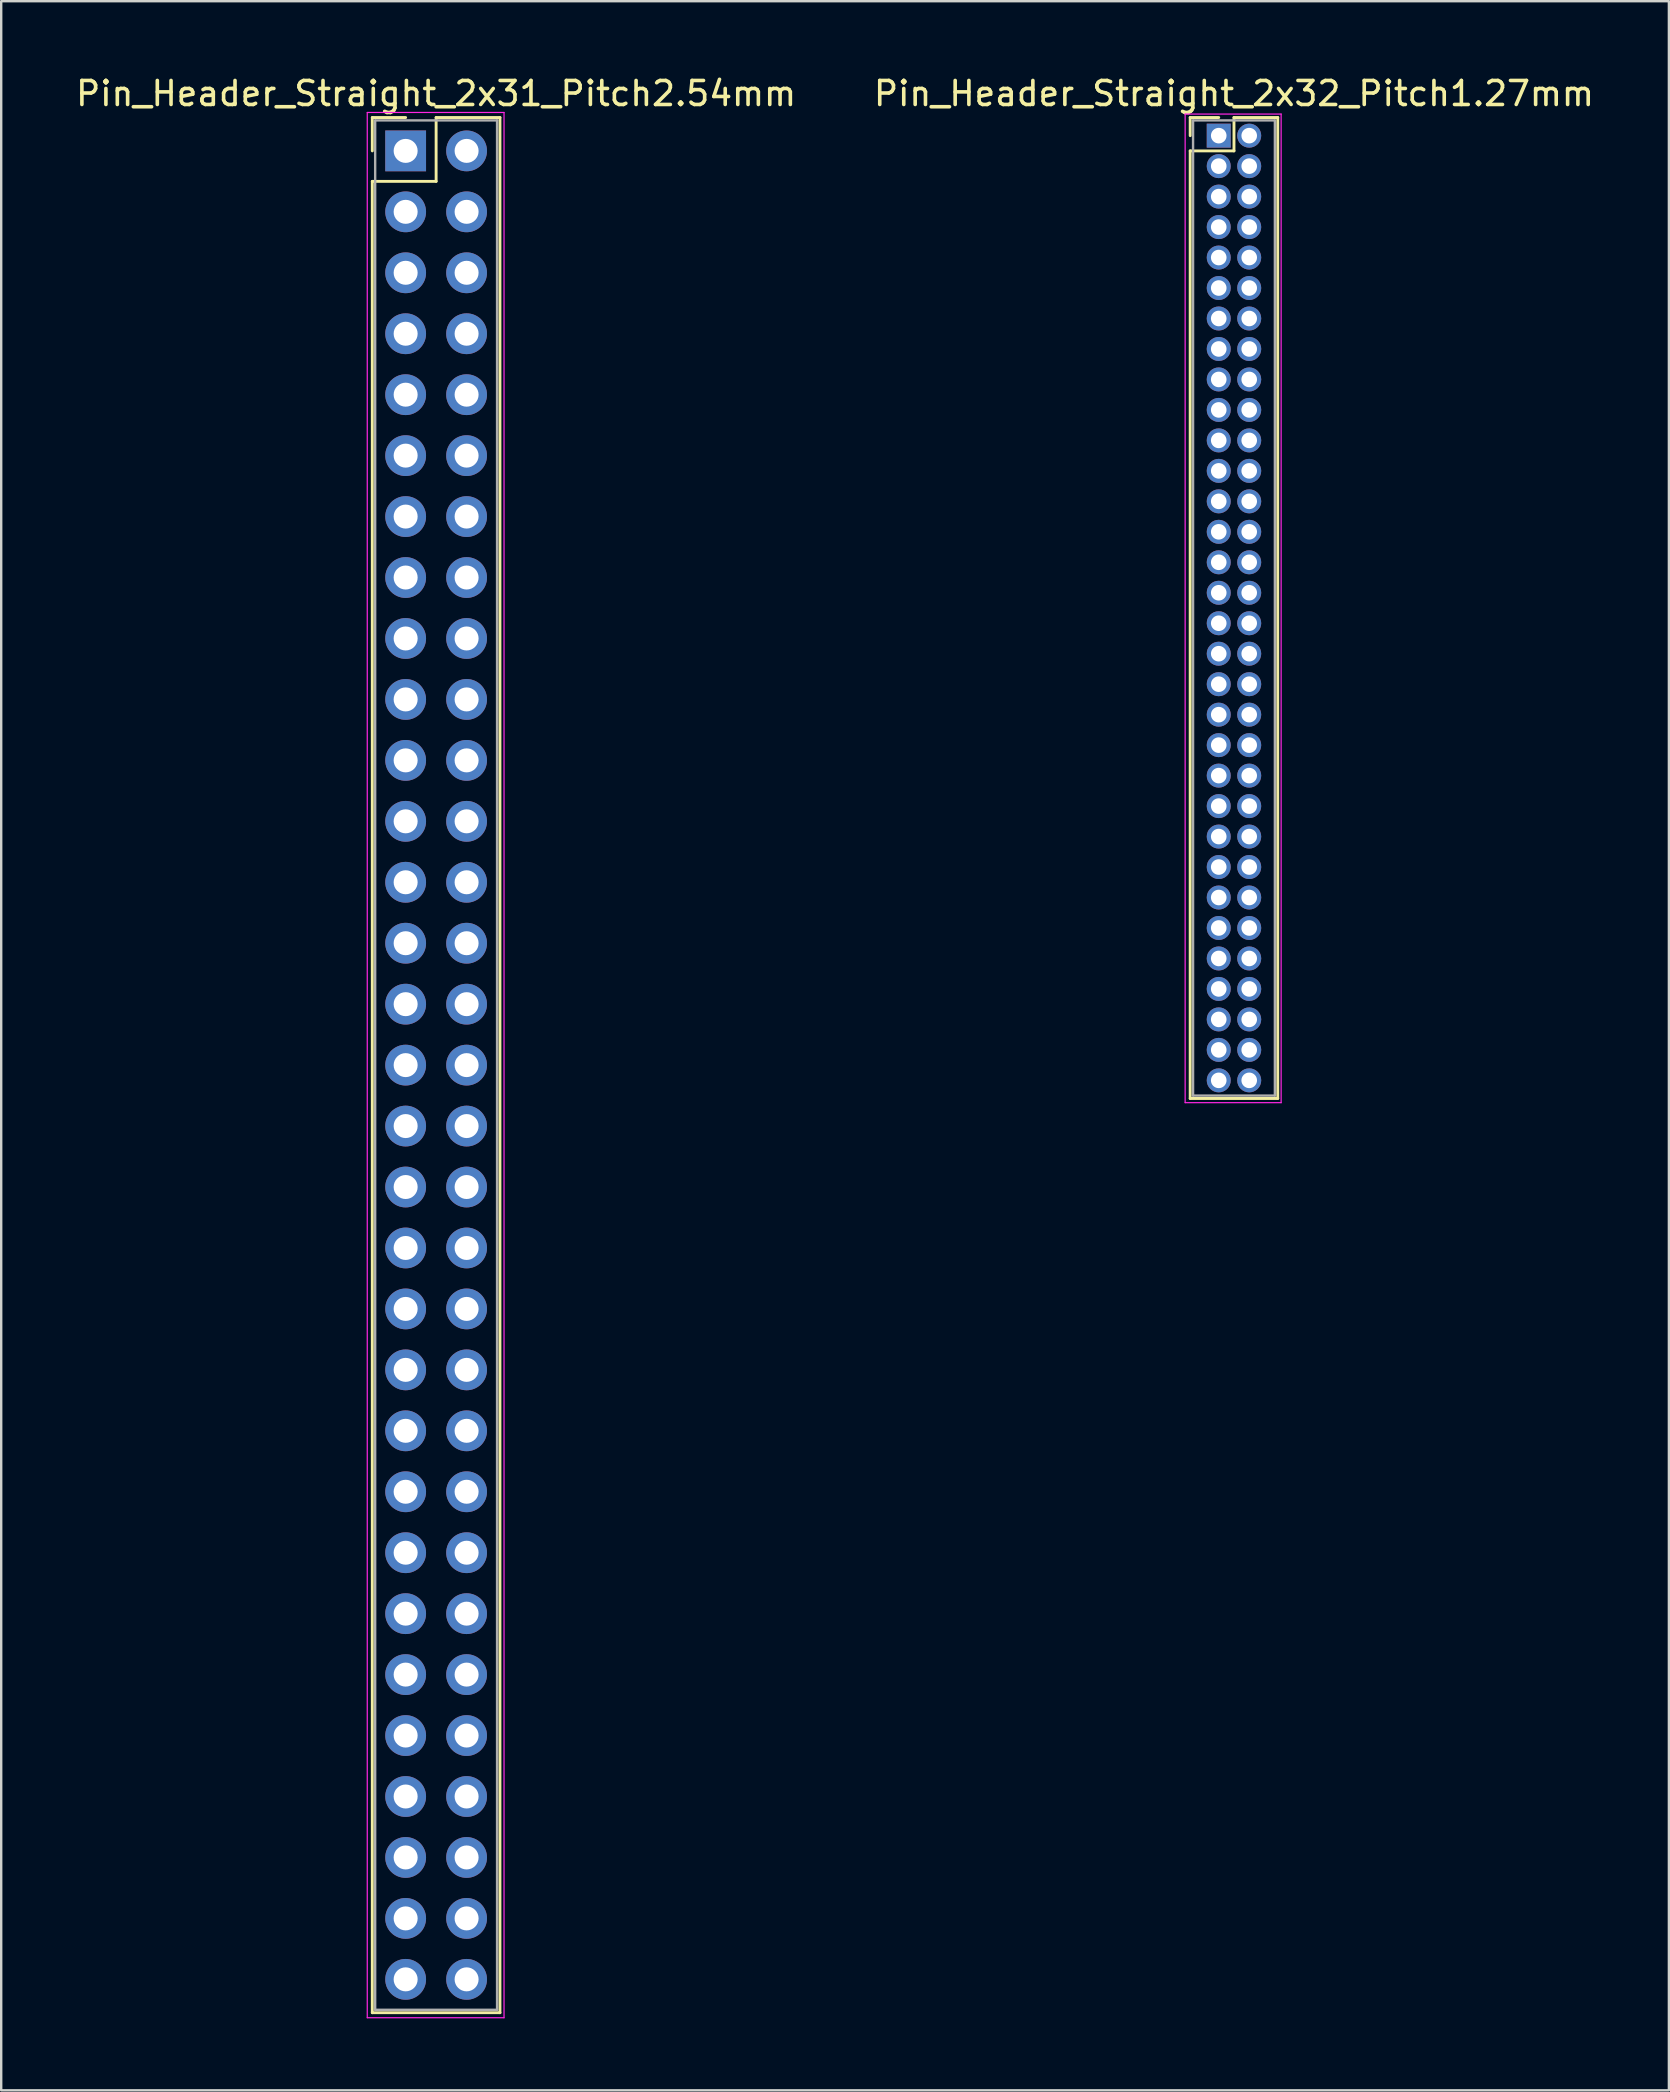
<source format=kicad_pcb>
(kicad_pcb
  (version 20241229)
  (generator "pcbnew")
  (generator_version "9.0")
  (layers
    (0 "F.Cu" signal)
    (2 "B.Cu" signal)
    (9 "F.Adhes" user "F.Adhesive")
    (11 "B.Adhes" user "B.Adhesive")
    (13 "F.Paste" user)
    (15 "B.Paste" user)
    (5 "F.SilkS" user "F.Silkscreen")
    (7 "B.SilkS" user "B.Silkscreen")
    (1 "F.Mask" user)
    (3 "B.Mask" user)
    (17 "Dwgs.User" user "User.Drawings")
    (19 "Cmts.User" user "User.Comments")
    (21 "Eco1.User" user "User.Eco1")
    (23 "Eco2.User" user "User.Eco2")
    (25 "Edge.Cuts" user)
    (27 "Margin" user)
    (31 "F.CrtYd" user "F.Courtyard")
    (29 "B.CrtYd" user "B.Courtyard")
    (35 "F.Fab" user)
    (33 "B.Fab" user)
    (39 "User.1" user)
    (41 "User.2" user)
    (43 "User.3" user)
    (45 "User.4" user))
  (footprint "Pin_Header_Straight_2x31_Pitch2.54mm"
    (layer "F.Cu")
    (at 13.855 3.238)
    (property "Reference" "Pin_Header_Straight_2x31_Pitch2.54mm" (at 1.27 -2.39 0) (layer "F.SilkS") (effects (font (size 1 1) (thickness 0.15))))
    (attr through_hole)
    (fp_line (start -1.39 -1.39) (end 0 -1.39) (stroke (width 0.12) (type solid)) (layer "F.SilkS"))
    (fp_line (start -1.39 0) (end -1.39 -1.39) (stroke (width 0.12) (type solid)) (layer "F.SilkS"))
    (fp_line (start -1.39 1.27) (end -1.39 77.59) (stroke (width 0.12) (type solid)) (layer "F.SilkS"))
    (fp_line (start -1.39 77.59) (end 3.93 77.59) (stroke (width 0.12) (type solid)) (layer "F.SilkS"))
    (fp_line (start 1.27 -1.39) (end 1.27 1.27) (stroke (width 0.12) (type solid)) (layer "F.SilkS"))
    (fp_line (start 1.27 1.27) (end -1.39 1.27) (stroke (width 0.12) (type solid)) (layer "F.SilkS"))
    (fp_line (start 3.93 -1.39) (end 1.27 -1.39) (stroke (width 0.12) (type solid)) (layer "F.SilkS"))
    (fp_line (start 3.93 77.59) (end 3.93 -1.39) (stroke (width 0.12) (type solid)) (layer "F.SilkS"))
    (fp_line (start -1.6 -1.6) (end -1.6 77.8) (stroke (width 0.05) (type solid)) (layer "F.CrtYd"))
    (fp_line (start -1.6 77.8) (end 4.1 77.8) (stroke (width 0.05) (type solid)) (layer "F.CrtYd"))
    (fp_line (start 4.1 -1.6) (end -1.6 -1.6) (stroke (width 0.05) (type solid)) (layer "F.CrtYd"))
    (fp_line (start 4.1 77.8) (end 4.1 -1.6) (stroke (width 0.05) (type solid)) (layer "F.CrtYd"))
    (fp_line (start -1.27 -1.27) (end -1.27 77.47) (stroke (width 0.1) (type solid)) (layer "F.Fab"))
    (fp_line (start -1.27 77.47) (end 3.81 77.47) (stroke (width 0.1) (type solid)) (layer "F.Fab"))
    (fp_line (start 3.81 -1.27) (end -1.27 -1.27) (stroke (width 0.1) (type solid)) (layer "F.Fab"))
    (fp_line (start 3.81 77.47) (end 3.81 -1.27) (stroke (width 0.1) (type solid)) (layer "F.Fab"))
    (pad "1" thru_hole rect (at 0 0) (size 1.7 1.7) (drill 1) (layers "*.Cu" "*.Mask"))
    (pad "2" thru_hole oval (at 2.54 0) (size 1.7 1.7) (drill 1) (layers "*.Cu" "*.Mask"))
    (pad "3" thru_hole oval (at 0 2.54) (size 1.7 1.7) (drill 1) (layers "*.Cu" "*.Mask"))
    (pad "4" thru_hole oval (at 2.54 2.54) (size 1.7 1.7) (drill 1) (layers "*.Cu" "*.Mask"))
    (pad "5" thru_hole oval (at 0 5.08) (size 1.7 1.7) (drill 1) (layers "*.Cu" "*.Mask"))
    (pad "6" thru_hole oval (at 2.54 5.08) (size 1.7 1.7) (drill 1) (layers "*.Cu" "*.Mask"))
    (pad "7" thru_hole oval (at 0 7.62) (size 1.7 1.7) (drill 1) (layers "*.Cu" "*.Mask"))
    (pad "8" thru_hole oval (at 2.54 7.62) (size 1.7 1.7) (drill 1) (layers "*.Cu" "*.Mask"))
    (pad "9" thru_hole oval (at 0 10.16) (size 1.7 1.7) (drill 1) (layers "*.Cu" "*.Mask"))
    (pad "10" thru_hole oval (at 2.54 10.16) (size 1.7 1.7) (drill 1) (layers "*.Cu" "*.Mask"))
    (pad "11" thru_hole oval (at 0 12.7) (size 1.7 1.7) (drill 1) (layers "*.Cu" "*.Mask"))
    (pad "12" thru_hole oval (at 2.54 12.7) (size 1.7 1.7) (drill 1) (layers "*.Cu" "*.Mask"))
    (pad "13" thru_hole oval (at 0 15.24) (size 1.7 1.7) (drill 1) (layers "*.Cu" "*.Mask"))
    (pad "14" thru_hole oval (at 2.54 15.24) (size 1.7 1.7) (drill 1) (layers "*.Cu" "*.Mask"))
    (pad "15" thru_hole oval (at 0 17.78) (size 1.7 1.7) (drill 1) (layers "*.Cu" "*.Mask"))
    (pad "16" thru_hole oval (at 2.54 17.78) (size 1.7 1.7) (drill 1) (layers "*.Cu" "*.Mask"))
    (pad "17" thru_hole oval (at 0 20.32) (size 1.7 1.7) (drill 1) (layers "*.Cu" "*.Mask"))
    (pad "18" thru_hole oval (at 2.54 20.32) (size 1.7 1.7) (drill 1) (layers "*.Cu" "*.Mask"))
    (pad "19" thru_hole oval (at 0 22.86) (size 1.7 1.7) (drill 1) (layers "*.Cu" "*.Mask"))
    (pad "20" thru_hole oval (at 2.54 22.86) (size 1.7 1.7) (drill 1) (layers "*.Cu" "*.Mask"))
    (pad "21" thru_hole oval (at 0 25.4) (size 1.7 1.7) (drill 1) (layers "*.Cu" "*.Mask"))
    (pad "22" thru_hole oval (at 2.54 25.4) (size 1.7 1.7) (drill 1) (layers "*.Cu" "*.Mask"))
    (pad "23" thru_hole oval (at 0 27.94) (size 1.7 1.7) (drill 1) (layers "*.Cu" "*.Mask"))
    (pad "24" thru_hole oval (at 2.54 27.94) (size 1.7 1.7) (drill 1) (layers "*.Cu" "*.Mask"))
    (pad "25" thru_hole oval (at 0 30.48) (size 1.7 1.7) (drill 1) (layers "*.Cu" "*.Mask"))
    (pad "26" thru_hole oval (at 2.54 30.48) (size 1.7 1.7) (drill 1) (layers "*.Cu" "*.Mask"))
    (pad "27" thru_hole oval (at 0 33.02) (size 1.7 1.7) (drill 1) (layers "*.Cu" "*.Mask"))
    (pad "28" thru_hole oval (at 2.54 33.02) (size 1.7 1.7) (drill 1) (layers "*.Cu" "*.Mask"))
    (pad "29" thru_hole oval (at 0 35.56) (size 1.7 1.7) (drill 1) (layers "*.Cu" "*.Mask"))
    (pad "30" thru_hole oval (at 2.54 35.56) (size 1.7 1.7) (drill 1) (layers "*.Cu" "*.Mask"))
    (pad "31" thru_hole oval (at 0 38.1) (size 1.7 1.7) (drill 1) (layers "*.Cu" "*.Mask"))
    (pad "32" thru_hole oval (at 2.54 38.1) (size 1.7 1.7) (drill 1) (layers "*.Cu" "*.Mask"))
    (pad "33" thru_hole oval (at 0 40.64) (size 1.7 1.7) (drill 1) (layers "*.Cu" "*.Mask"))
    (pad "34" thru_hole oval (at 2.54 40.64) (size 1.7 1.7) (drill 1) (layers "*.Cu" "*.Mask"))
    (pad "35" thru_hole oval (at 0 43.18) (size 1.7 1.7) (drill 1) (layers "*.Cu" "*.Mask"))
    (pad "36" thru_hole oval (at 2.54 43.18) (size 1.7 1.7) (drill 1) (layers "*.Cu" "*.Mask"))
    (pad "37" thru_hole oval (at 0 45.72) (size 1.7 1.7) (drill 1) (layers "*.Cu" "*.Mask"))
    (pad "38" thru_hole oval (at 2.54 45.72) (size 1.7 1.7) (drill 1) (layers "*.Cu" "*.Mask"))
    (pad "39" thru_hole oval (at 0 48.26) (size 1.7 1.7) (drill 1) (layers "*.Cu" "*.Mask"))
    (pad "40" thru_hole oval (at 2.54 48.26) (size 1.7 1.7) (drill 1) (layers "*.Cu" "*.Mask"))
    (pad "41" thru_hole oval (at 0 50.8) (size 1.7 1.7) (drill 1) (layers "*.Cu" "*.Mask"))
    (pad "42" thru_hole oval (at 2.54 50.8) (size 1.7 1.7) (drill 1) (layers "*.Cu" "*.Mask"))
    (pad "43" thru_hole oval (at 0 53.34) (size 1.7 1.7) (drill 1) (layers "*.Cu" "*.Mask"))
    (pad "44" thru_hole oval (at 2.54 53.34) (size 1.7 1.7) (drill 1) (layers "*.Cu" "*.Mask"))
    (pad "45" thru_hole oval (at 0 55.88) (size 1.7 1.7) (drill 1) (layers "*.Cu" "*.Mask"))
    (pad "46" thru_hole oval (at 2.54 55.88) (size 1.7 1.7) (drill 1) (layers "*.Cu" "*.Mask"))
    (pad "47" thru_hole oval (at 0 58.42) (size 1.7 1.7) (drill 1) (layers "*.Cu" "*.Mask"))
    (pad "48" thru_hole oval (at 2.54 58.42) (size 1.7 1.7) (drill 1) (layers "*.Cu" "*.Mask"))
    (pad "49" thru_hole oval (at 0 60.96) (size 1.7 1.7) (drill 1) (layers "*.Cu" "*.Mask"))
    (pad "50" thru_hole oval (at 2.54 60.96) (size 1.7 1.7) (drill 1) (layers "*.Cu" "*.Mask"))
    (pad "51" thru_hole oval (at 0 63.5) (size 1.7 1.7) (drill 1) (layers "*.Cu" "*.Mask"))
    (pad "52" thru_hole oval (at 2.54 63.5) (size 1.7 1.7) (drill 1) (layers "*.Cu" "*.Mask"))
    (pad "53" thru_hole oval (at 0 66.04) (size 1.7 1.7) (drill 1) (layers "*.Cu" "*.Mask"))
    (pad "54" thru_hole oval (at 2.54 66.04) (size 1.7 1.7) (drill 1) (layers "*.Cu" "*.Mask"))
    (pad "55" thru_hole oval (at 0 68.58) (size 1.7 1.7) (drill 1) (layers "*.Cu" "*.Mask"))
    (pad "56" thru_hole oval (at 2.54 68.58) (size 1.7 1.7) (drill 1) (layers "*.Cu" "*.Mask"))
    (pad "57" thru_hole oval (at 0 71.12) (size 1.7 1.7) (drill 1) (layers "*.Cu" "*.Mask"))
    (pad "58" thru_hole oval (at 2.54 71.12) (size 1.7 1.7) (drill 1) (layers "*.Cu" "*.Mask"))
    (pad "59" thru_hole oval (at 0 73.66) (size 1.7 1.7) (drill 1) (layers "*.Cu" "*.Mask"))
    (pad "60" thru_hole oval (at 2.54 73.66) (size 1.7 1.7) (drill 1) (layers "*.Cu" "*.Mask"))
    (pad "61" thru_hole oval (at 0 76.2) (size 1.7 1.7) (drill 1) (layers "*.Cu" "*.Mask"))
    (pad "62" thru_hole oval (at 2.54 76.2) (size 1.7 1.7) (drill 1) (layers "*.Cu" "*.Mask")))
  (footprint "Pin_Header_Straight_2x32_Pitch1.27mm"
    (layer "F.Cu")
    (at 47.74 2.603)
    (property "Reference" "Pin_Header_Straight_2x32_Pitch1.27mm" (at 0.635 -1.755 0) (layer "F.SilkS") (effects (font (size 1 1) (thickness 0.15))))
    (attr through_hole)
    (fp_line (start -1.19 -0.755) (end 0 -0.755) (stroke (width 0.12) (type solid)) (layer "F.SilkS"))
    (fp_line (start -1.19 0) (end -1.19 -0.755) (stroke (width 0.12) (type solid)) (layer "F.SilkS"))
    (fp_line (start -1.19 0.635) (end -1.19 40.125) (stroke (width 0.12) (type solid)) (layer "F.SilkS"))
    (fp_line (start -1.19 40.125) (end 2.46 40.125) (stroke (width 0.12) (type solid)) (layer "F.SilkS"))
    (fp_line (start 0.635 -0.755) (end 0.635 0.635) (stroke (width 0.12) (type solid)) (layer "F.SilkS"))
    (fp_line (start 0.635 0.635) (end -1.19 0.635) (stroke (width 0.12) (type solid)) (layer "F.SilkS"))
    (fp_line (start 2.46 -0.755) (end 0.635 -0.755) (stroke (width 0.12) (type solid)) (layer "F.SilkS"))
    (fp_line (start 2.46 40.125) (end 2.46 -0.755) (stroke (width 0.12) (type solid)) (layer "F.SilkS"))
    (fp_line (start -1.4 -0.9) (end -1.4 40.3) (stroke (width 0.05) (type solid)) (layer "F.CrtYd"))
    (fp_line (start -1.4 40.3) (end 2.6 40.3) (stroke (width 0.05) (type solid)) (layer "F.CrtYd"))
    (fp_line (start 2.6 -0.9) (end -1.4 -0.9) (stroke (width 0.05) (type solid)) (layer "F.CrtYd"))
    (fp_line (start 2.6 40.3) (end 2.6 -0.9) (stroke (width 0.05) (type solid)) (layer "F.CrtYd"))
    (fp_line (start -1.07 -0.635) (end -1.07 40.005) (stroke (width 0.1) (type solid)) (layer "F.Fab"))
    (fp_line (start -1.07 40.005) (end 2.34 40.005) (stroke (width 0.1) (type solid)) (layer "F.Fab"))
    (fp_line (start 2.34 -0.635) (end -1.07 -0.635) (stroke (width 0.1) (type solid)) (layer "F.Fab"))
    (fp_line (start 2.34 40.005) (end 2.34 -0.635) (stroke (width 0.1) (type solid)) (layer "F.Fab"))
    (pad "1" thru_hole rect (at 0 0) (size 1 1) (drill 0.65) (layers "*.Cu" "*.Mask"))
    (pad "2" thru_hole oval (at 1.27 0) (size 1 1) (drill 0.65) (layers "*.Cu" "*.Mask"))
    (pad "3" thru_hole oval (at 0 1.27) (size 1 1) (drill 0.65) (layers "*.Cu" "*.Mask"))
    (pad "4" thru_hole oval (at 1.27 1.27) (size 1 1) (drill 0.65) (layers "*.Cu" "*.Mask"))
    (pad "5" thru_hole oval (at 0 2.54) (size 1 1) (drill 0.65) (layers "*.Cu" "*.Mask"))
    (pad "6" thru_hole oval (at 1.27 2.54) (size 1 1) (drill 0.65) (layers "*.Cu" "*.Mask"))
    (pad "7" thru_hole oval (at 0 3.81) (size 1 1) (drill 0.65) (layers "*.Cu" "*.Mask"))
    (pad "8" thru_hole oval (at 1.27 3.81) (size 1 1) (drill 0.65) (layers "*.Cu" "*.Mask"))
    (pad "9" thru_hole oval (at 0 5.08) (size 1 1) (drill 0.65) (layers "*.Cu" "*.Mask"))
    (pad "10" thru_hole oval (at 1.27 5.08) (size 1 1) (drill 0.65) (layers "*.Cu" "*.Mask"))
    (pad "11" thru_hole oval (at 0 6.35) (size 1 1) (drill 0.65) (layers "*.Cu" "*.Mask"))
    (pad "12" thru_hole oval (at 1.27 6.35) (size 1 1) (drill 0.65) (layers "*.Cu" "*.Mask"))
    (pad "13" thru_hole oval (at 0 7.62) (size 1 1) (drill 0.65) (layers "*.Cu" "*.Mask"))
    (pad "14" thru_hole oval (at 1.27 7.62) (size 1 1) (drill 0.65) (layers "*.Cu" "*.Mask"))
    (pad "15" thru_hole oval (at 0 8.89) (size 1 1) (drill 0.65) (layers "*.Cu" "*.Mask"))
    (pad "16" thru_hole oval (at 1.27 8.89) (size 1 1) (drill 0.65) (layers "*.Cu" "*.Mask"))
    (pad "17" thru_hole oval (at 0 10.16) (size 1 1) (drill 0.65) (layers "*.Cu" "*.Mask"))
    (pad "18" thru_hole oval (at 1.27 10.16) (size 1 1) (drill 0.65) (layers "*.Cu" "*.Mask"))
    (pad "19" thru_hole oval (at 0 11.43) (size 1 1) (drill 0.65) (layers "*.Cu" "*.Mask"))
    (pad "20" thru_hole oval (at 1.27 11.43) (size 1 1) (drill 0.65) (layers "*.Cu" "*.Mask"))
    (pad "21" thru_hole oval (at 0 12.7) (size 1 1) (drill 0.65) (layers "*.Cu" "*.Mask"))
    (pad "22" thru_hole oval (at 1.27 12.7) (size 1 1) (drill 0.65) (layers "*.Cu" "*.Mask"))
    (pad "23" thru_hole oval (at 0 13.97) (size 1 1) (drill 0.65) (layers "*.Cu" "*.Mask"))
    (pad "24" thru_hole oval (at 1.27 13.97) (size 1 1) (drill 0.65) (layers "*.Cu" "*.Mask"))
    (pad "25" thru_hole oval (at 0 15.24) (size 1 1) (drill 0.65) (layers "*.Cu" "*.Mask"))
    (pad "26" thru_hole oval (at 1.27 15.24) (size 1 1) (drill 0.65) (layers "*.Cu" "*.Mask"))
    (pad "27" thru_hole oval (at 0 16.51) (size 1 1) (drill 0.65) (layers "*.Cu" "*.Mask"))
    (pad "28" thru_hole oval (at 1.27 16.51) (size 1 1) (drill 0.65) (layers "*.Cu" "*.Mask"))
    (pad "29" thru_hole oval (at 0 17.78) (size 1 1) (drill 0.65) (layers "*.Cu" "*.Mask"))
    (pad "30" thru_hole oval (at 1.27 17.78) (size 1 1) (drill 0.65) (layers "*.Cu" "*.Mask"))
    (pad "31" thru_hole oval (at 0 19.05) (size 1 1) (drill 0.65) (layers "*.Cu" "*.Mask"))
    (pad "32" thru_hole oval (at 1.27 19.05) (size 1 1) (drill 0.65) (layers "*.Cu" "*.Mask"))
    (pad "33" thru_hole oval (at 0 20.32) (size 1 1) (drill 0.65) (layers "*.Cu" "*.Mask"))
    (pad "34" thru_hole oval (at 1.27 20.32) (size 1 1) (drill 0.65) (layers "*.Cu" "*.Mask"))
    (pad "35" thru_hole oval (at 0 21.59) (size 1 1) (drill 0.65) (layers "*.Cu" "*.Mask"))
    (pad "36" thru_hole oval (at 1.27 21.59) (size 1 1) (drill 0.65) (layers "*.Cu" "*.Mask"))
    (pad "37" thru_hole oval (at 0 22.86) (size 1 1) (drill 0.65) (layers "*.Cu" "*.Mask"))
    (pad "38" thru_hole oval (at 1.27 22.86) (size 1 1) (drill 0.65) (layers "*.Cu" "*.Mask"))
    (pad "39" thru_hole oval (at 0 24.13) (size 1 1) (drill 0.65) (layers "*.Cu" "*.Mask"))
    (pad "40" thru_hole oval (at 1.27 24.13) (size 1 1) (drill 0.65) (layers "*.Cu" "*.Mask"))
    (pad "41" thru_hole oval (at 0 25.4) (size 1 1) (drill 0.65) (layers "*.Cu" "*.Mask"))
    (pad "42" thru_hole oval (at 1.27 25.4) (size 1 1) (drill 0.65) (layers "*.Cu" "*.Mask"))
    (pad "43" thru_hole oval (at 0 26.67) (size 1 1) (drill 0.65) (layers "*.Cu" "*.Mask"))
    (pad "44" thru_hole oval (at 1.27 26.67) (size 1 1) (drill 0.65) (layers "*.Cu" "*.Mask"))
    (pad "45" thru_hole oval (at 0 27.94) (size 1 1) (drill 0.65) (layers "*.Cu" "*.Mask"))
    (pad "46" thru_hole oval (at 1.27 27.94) (size 1 1) (drill 0.65) (layers "*.Cu" "*.Mask"))
    (pad "47" thru_hole oval (at 0 29.21) (size 1 1) (drill 0.65) (layers "*.Cu" "*.Mask"))
    (pad "48" thru_hole oval (at 1.27 29.21) (size 1 1) (drill 0.65) (layers "*.Cu" "*.Mask"))
    (pad "49" thru_hole oval (at 0 30.48) (size 1 1) (drill 0.65) (layers "*.Cu" "*.Mask"))
    (pad "50" thru_hole oval (at 1.27 30.48) (size 1 1) (drill 0.65) (layers "*.Cu" "*.Mask"))
    (pad "51" thru_hole oval (at 0 31.75) (size 1 1) (drill 0.65) (layers "*.Cu" "*.Mask"))
    (pad "52" thru_hole oval (at 1.27 31.75) (size 1 1) (drill 0.65) (layers "*.Cu" "*.Mask"))
    (pad "53" thru_hole oval (at 0 33.02) (size 1 1) (drill 0.65) (layers "*.Cu" "*.Mask"))
    (pad "54" thru_hole oval (at 1.27 33.02) (size 1 1) (drill 0.65) (layers "*.Cu" "*.Mask"))
    (pad "55" thru_hole oval (at 0 34.29) (size 1 1) (drill 0.65) (layers "*.Cu" "*.Mask"))
    (pad "56" thru_hole oval (at 1.27 34.29) (size 1 1) (drill 0.65) (layers "*.Cu" "*.Mask"))
    (pad "57" thru_hole oval (at 0 35.56) (size 1 1) (drill 0.65) (layers "*.Cu" "*.Mask"))
    (pad "58" thru_hole oval (at 1.27 35.56) (size 1 1) (drill 0.65) (layers "*.Cu" "*.Mask"))
    (pad "59" thru_hole oval (at 0 36.83) (size 1 1) (drill 0.65) (layers "*.Cu" "*.Mask"))
    (pad "60" thru_hole oval (at 1.27 36.83) (size 1 1) (drill 0.65) (layers "*.Cu" "*.Mask"))
    (pad "61" thru_hole oval (at 0 38.1) (size 1 1) (drill 0.65) (layers "*.Cu" "*.Mask"))
    (pad "62" thru_hole oval (at 1.27 38.1) (size 1 1) (drill 0.65) (layers "*.Cu" "*.Mask"))
    (pad "63" thru_hole oval (at 0 39.37) (size 1 1) (drill 0.65) (layers "*.Cu" "*.Mask"))
    (pad "64" thru_hole oval (at 1.27 39.37) (size 1 1) (drill 0.65) (layers "*.Cu" "*.Mask")))
  (gr_rect
    (start -3 -3)
    (end 66.5 84.063)
    (stroke (width 0.1) (type default))
    (fill no)
    (layer "Edge.Cuts")))
</source>
